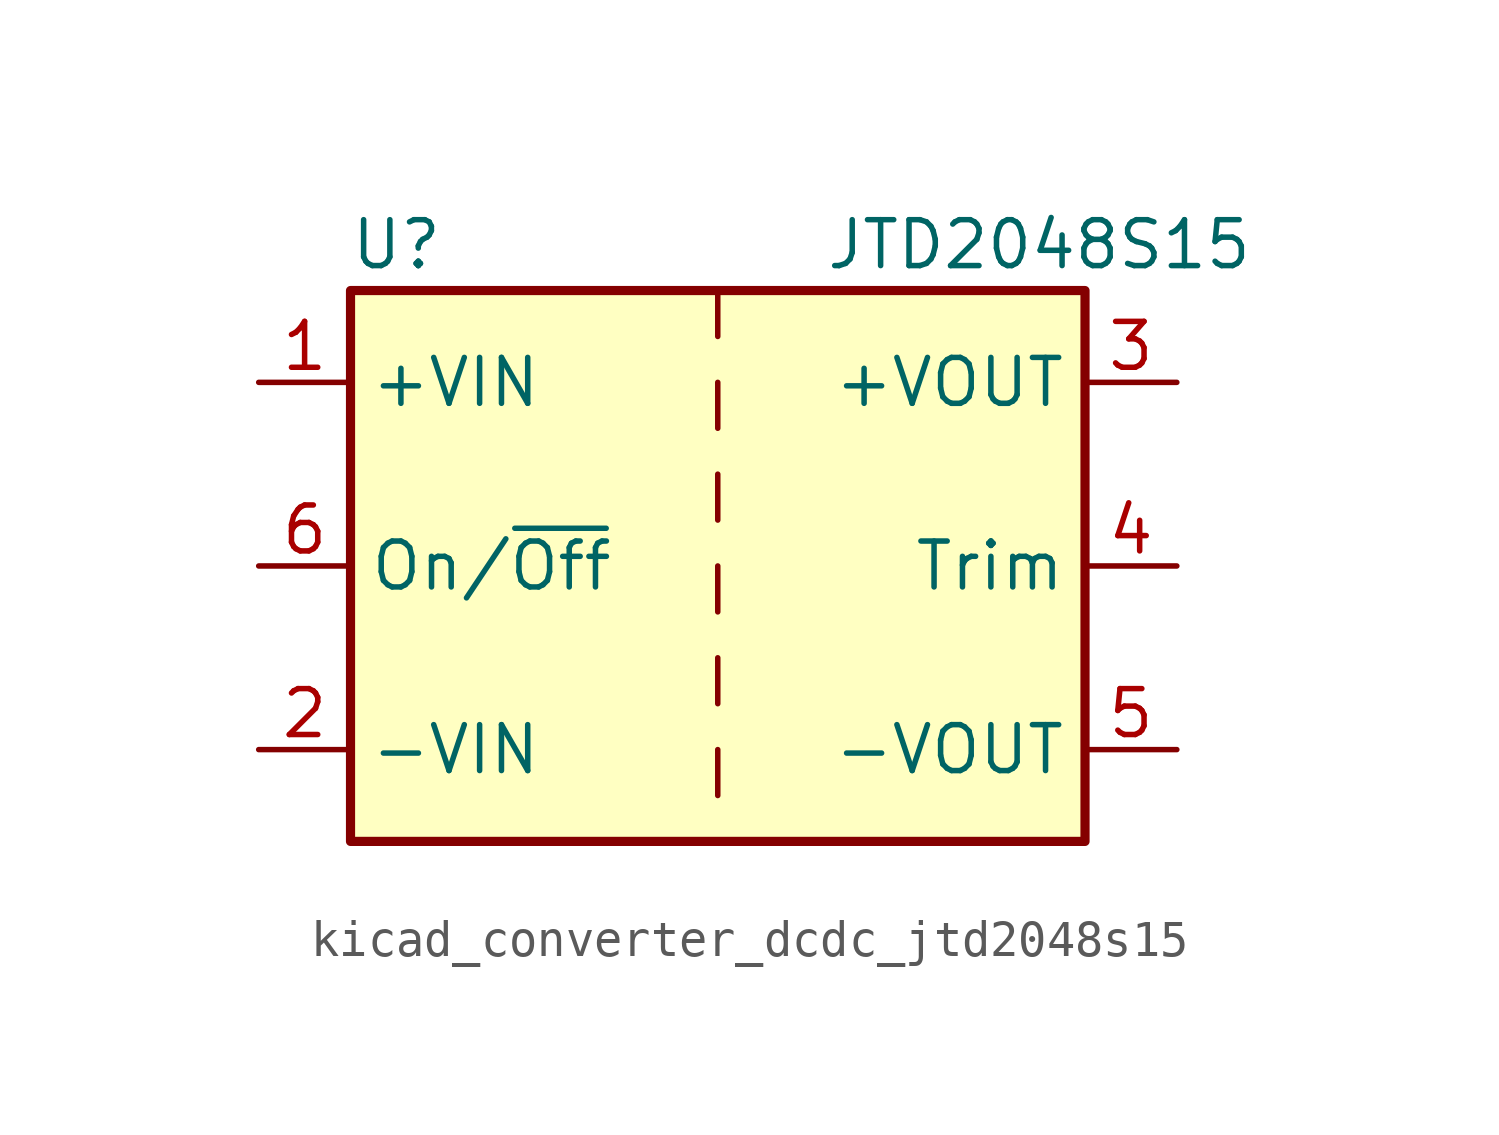
<source format=kicad_sym>
(kicad_symbol_lib
  (version 20220914)
  (generator kicad_symbol_editor)
  (symbol "kicad_converter_dcdc_jtd2048s15"
    (property "Reference" "U"
      (at -8.89 8.89 0)
      (effects (font (size 1.27 1.27))))
    (property "Value" "JTD2048S15"
      (at 8.89 8.89 0)
      (effects (font (size 1.27 1.27))))
    (symbol "kicad_converter_dcdc_jtd2048s15_0_1"
      (rectangle (start -10.16 7.62) (end 10.16 -7.62) (stroke (width 0.254) (type default)) (fill (type background)))
      (polyline (pts (xy 0 -5.08) (xy 0 -6.35)) (stroke (width 0) (type default)) (fill (type none)))
      (polyline (pts (xy 0 -2.54) (xy 0 -3.81)) (stroke (width 0) (type default)) (fill (type none)))
      (polyline (pts (xy 0 0) (xy 0 -1.27)) (stroke (width 0) (type default)) (fill (type none)))
      (polyline (pts (xy 0 2.54) (xy 0 1.27)) (stroke (width 0) (type default)) (fill (type none)))
      (polyline (pts (xy 0 5.08) (xy 0 3.81)) (stroke (width 0) (type default)) (fill (type none)))
      (polyline (pts (xy 0 7.62) (xy 0 6.35)) (stroke (width 0) (type default)) (fill (type none))))
    (symbol "kicad_converter_dcdc_jtd2048s15_1_1"
      (pin power_in line (at -12.7 5.08 0) (length 2.54) (name "+VIN" (effects (font (size 1.27 1.27)))) (number "1" (effects (font (size 1.27 1.27)))))
      (pin power_in line (at -12.7 -5.08 0) (length 2.54) (name "-VIN" (effects (font (size 1.27 1.27)))) (number "2" (effects (font (size 1.27 1.27)))))
      (pin power_out line (at 12.7 5.08 180) (length 2.54) (name "+VOUT" (effects (font (size 1.27 1.27)))) (number "3" (effects (font (size 1.27 1.27)))))
      (pin input line (at 12.7 0 180) (length 2.54) (name "Trim" (effects (font (size 1.27 1.27)))) (number "4" (effects (font (size 1.27 1.27)))))
      (pin power_out line (at 12.7 -5.08 180) (length 2.54) (name "-VOUT" (effects (font (size 1.27 1.27)))) (number "5" (effects (font (size 1.27 1.27)))))
      (pin input line (at -12.7 0 0) (length 2.54) (name "On/~{Off}" (effects (font (size 1.27 1.27)))) (number "6" (effects (font (size 1.27 1.27))))))))
</source>
